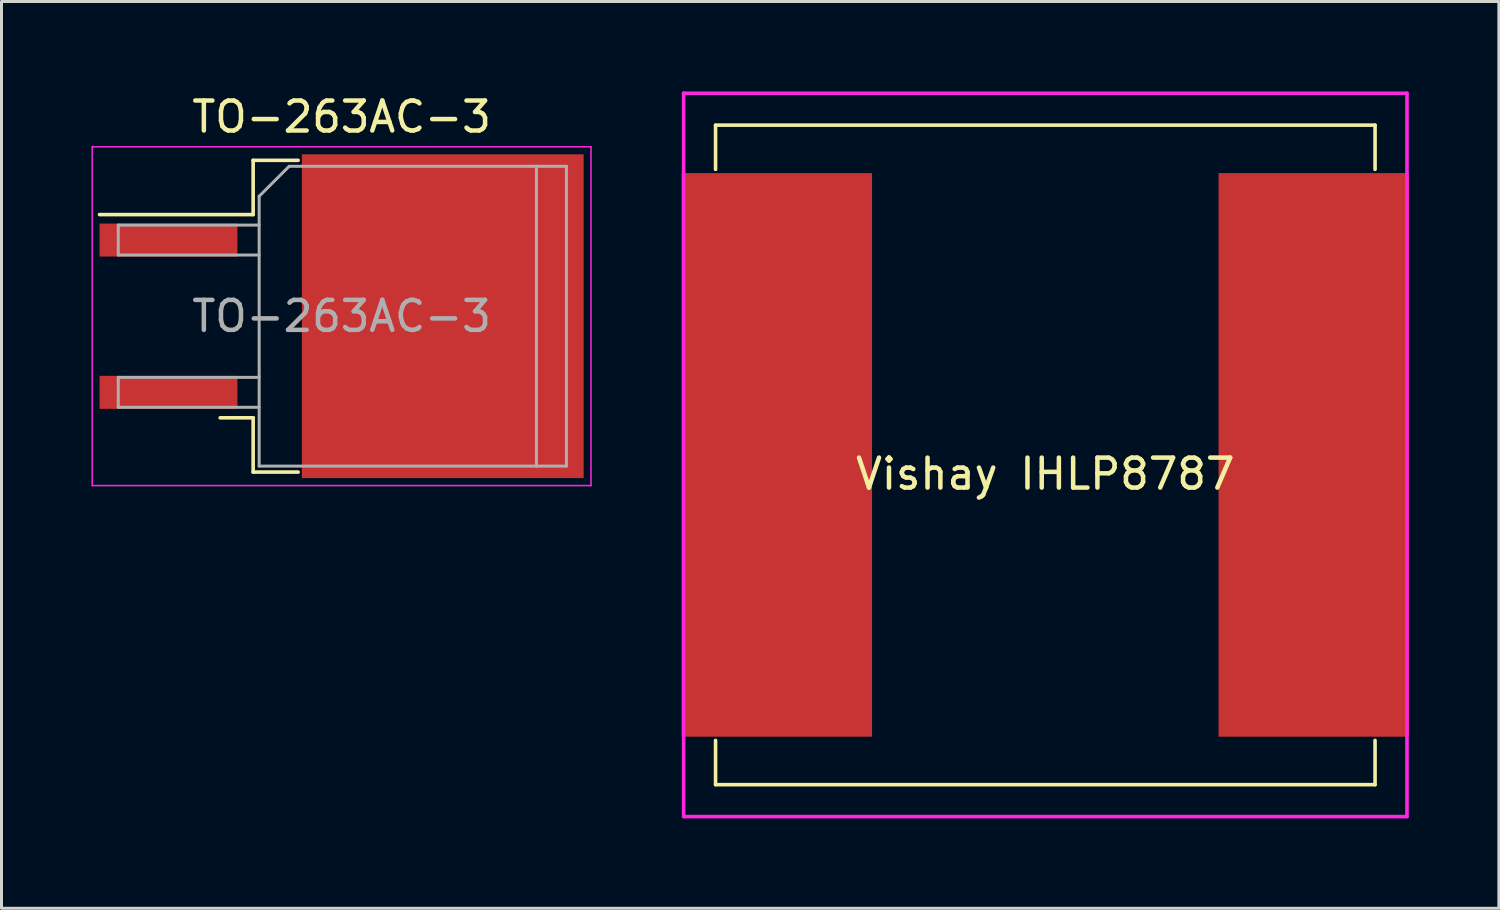
<source format=kicad_pcb>
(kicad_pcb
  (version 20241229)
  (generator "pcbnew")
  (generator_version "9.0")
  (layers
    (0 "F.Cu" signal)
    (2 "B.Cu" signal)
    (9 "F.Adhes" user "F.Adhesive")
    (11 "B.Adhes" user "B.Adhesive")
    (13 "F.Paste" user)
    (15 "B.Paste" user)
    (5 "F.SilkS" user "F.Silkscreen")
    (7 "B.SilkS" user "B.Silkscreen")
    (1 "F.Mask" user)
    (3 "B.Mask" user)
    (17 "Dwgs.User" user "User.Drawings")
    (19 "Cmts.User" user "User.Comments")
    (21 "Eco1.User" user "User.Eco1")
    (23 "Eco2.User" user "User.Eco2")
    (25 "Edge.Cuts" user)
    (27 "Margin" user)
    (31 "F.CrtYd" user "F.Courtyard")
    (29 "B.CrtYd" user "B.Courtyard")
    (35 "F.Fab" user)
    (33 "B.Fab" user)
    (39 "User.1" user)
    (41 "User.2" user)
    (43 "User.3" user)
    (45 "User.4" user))
  (footprint "TO-263AC-3"
    (layer "F.Cu")
    (at 8.345 7.498)
    (property "Reference" "TO-263AC-3" (at 0 -6.65 0) (layer "F.SilkS") (effects (font (size 1 1) (thickness 0.15))))
    (attr smd)
    (fp_line (start -2.95 -5.2) (end -2.95 -3.39) (stroke (width 0.12) (type solid)) (layer "F.SilkS"))
    (fp_line (start -2.95 -3.39) (end -8.075 -3.39) (stroke (width 0.12) (type solid)) (layer "F.SilkS"))
    (fp_line (start -2.95 3.39) (end -4.05 3.39) (stroke (width 0.12) (type solid)) (layer "F.SilkS"))
    (fp_line (start -2.95 5.2) (end -2.95 3.39) (stroke (width 0.12) (type solid)) (layer "F.SilkS"))
    (fp_line (start -1.45 -5.2) (end -2.95 -5.2) (stroke (width 0.12) (type solid)) (layer "F.SilkS"))
    (fp_line (start -1.45 5.2) (end -2.95 5.2) (stroke (width 0.12) (type solid)) (layer "F.SilkS"))
    (fp_line (start -8.32 -5.65) (end -8.32 5.65) (stroke (width 0.05) (type solid)) (layer "F.CrtYd"))
    (fp_line (start -8.32 5.65) (end 8.32 5.65) (stroke (width 0.05) (type solid)) (layer "F.CrtYd"))
    (fp_line (start 8.32 -5.65) (end -8.32 -5.65) (stroke (width 0.05) (type solid)) (layer "F.CrtYd"))
    (fp_line (start 8.32 5.65) (end 8.32 -5.65) (stroke (width 0.05) (type solid)) (layer "F.CrtYd"))
    (fp_line (start -7.45 -3.04) (end -7.45 -2.04) (stroke (width 0.1) (type solid)) (layer "F.Fab"))
    (fp_line (start -7.45 -2.04) (end -2.75 -2.04) (stroke (width 0.1) (type solid)) (layer "F.Fab"))
    (fp_line (start -7.45 2.04) (end -7.45 3.04) (stroke (width 0.1) (type solid)) (layer "F.Fab"))
    (fp_line (start -7.45 3.04) (end -2.75 3.04) (stroke (width 0.1) (type solid)) (layer "F.Fab"))
    (fp_line (start -2.75 -4) (end -1.75 -5) (stroke (width 0.1) (type solid)) (layer "F.Fab"))
    (fp_line (start -2.75 -3.04) (end -7.45 -3.04) (stroke (width 0.1) (type solid)) (layer "F.Fab"))
    (fp_line (start -2.75 2.04) (end -7.45 2.04) (stroke (width 0.1) (type solid)) (layer "F.Fab"))
    (fp_line (start -2.75 5) (end -2.75 -4) (stroke (width 0.1) (type solid)) (layer "F.Fab"))
    (fp_line (start -1.75 -5) (end 6.5 -5) (stroke (width 0.1) (type solid)) (layer "F.Fab"))
    (fp_line (start 6.5 -5) (end 6.5 5) (stroke (width 0.1) (type solid)) (layer "F.Fab"))
    (fp_line (start 6.5 -5) (end 7.5 -5) (stroke (width 0.1) (type solid)) (layer "F.Fab"))
    (fp_line (start 6.5 5) (end -2.75 5) (stroke (width 0.1) (type solid)) (layer "F.Fab"))
    (fp_line (start 7.5 -5) (end 7.5 5) (stroke (width 0.1) (type solid)) (layer "F.Fab"))
    (fp_line (start 7.5 5) (end 6.5 5) (stroke (width 0.1) (type solid)) (layer "F.Fab"))
    (fp_text user "${REFERENCE}" (at 0 0 0) (layer "F.Fab") (effects (font (size 1 1) (thickness 0.15))))
    (pad "" smd rect (at 0.95 -2.775) (size 4.55 5.25) (layers "F.Paste"))
    (pad "" smd rect (at 0.95 2.775) (size 4.55 5.25) (layers "F.Paste"))
    (pad "" smd rect (at 5.8 -2.775) (size 4.55 5.25) (layers "F.Paste"))
    (pad "" smd rect (at 5.8 2.775) (size 4.55 5.25) (layers "F.Paste"))
    (pad "1" smd rect (at 3.375 0) (size 9.4 10.8) (layers "F.Cu" "F.Mask"))
    (pad "2" smd rect (at -5.775 -2.54) (size 4.6 1.1) (layers "F.Cu" "F.Mask" "F.Paste"))
    (pad "2" smd rect (at -5.775 2.54) (size 4.6 1.1) (layers "F.Cu" "F.Mask" "F.Paste")))
  (footprint "Vishay IHLP8787"
    (layer "F.Cu")
    (at 31.82 12.125)
    (property "Reference" "Vishay IHLP8787" (at 0 0.635 0) (layer "F.SilkS") (effects (font (size 1 1) (thickness 0.15))))
    (attr through_hole)
    (fp_line (start -11 -11) (end 11 -11) (stroke (width 0.12) (type solid)) (layer "F.SilkS"))
    (fp_line (start -11 -9.525) (end -11 -11) (stroke (width 0.12) (type solid)) (layer "F.SilkS"))
    (fp_line (start -11 11) (end -11 9.525) (stroke (width 0.12) (type solid)) (layer "F.SilkS"))
    (fp_line (start 11 -11) (end 11 -9.525) (stroke (width 0.12) (type solid)) (layer "F.SilkS"))
    (fp_line (start 11 9.525) (end 11 11) (stroke (width 0.12) (type solid)) (layer "F.SilkS"))
    (fp_line (start 11 11) (end -11 11) (stroke (width 0.12) (type solid)) (layer "F.SilkS"))
    (fp_line (start -12.065 -12.065) (end -12.065 12.065) (stroke (width 0.12) (type solid)) (layer "F.CrtYd"))
    (fp_line (start -12.065 12.065) (end 12.065 12.065) (stroke (width 0.12) (type solid)) (layer "F.CrtYd"))
    (fp_line (start 12.065 -12.065) (end -12.065 -12.065) (stroke (width 0.12) (type solid)) (layer "F.CrtYd"))
    (fp_line (start 12.065 12.065) (end 12.065 -12.065) (stroke (width 0.12) (type solid)) (layer "F.CrtYd"))
    (pad "1" smd rect (at -8.955 0) (size 6.35 18.8) (layers "F.Cu" "F.Mask" "F.Paste"))
    (pad "2" smd rect (at 8.955 0) (size 6.35 18.8) (layers "F.Cu" "F.Mask" "F.Paste")))
  (gr_rect
    (start -3 -3)
    (end 46.95 27.25)
    (stroke (width 0.1) (type default))
    (fill no)
    (layer "Edge.Cuts")))
</source>
